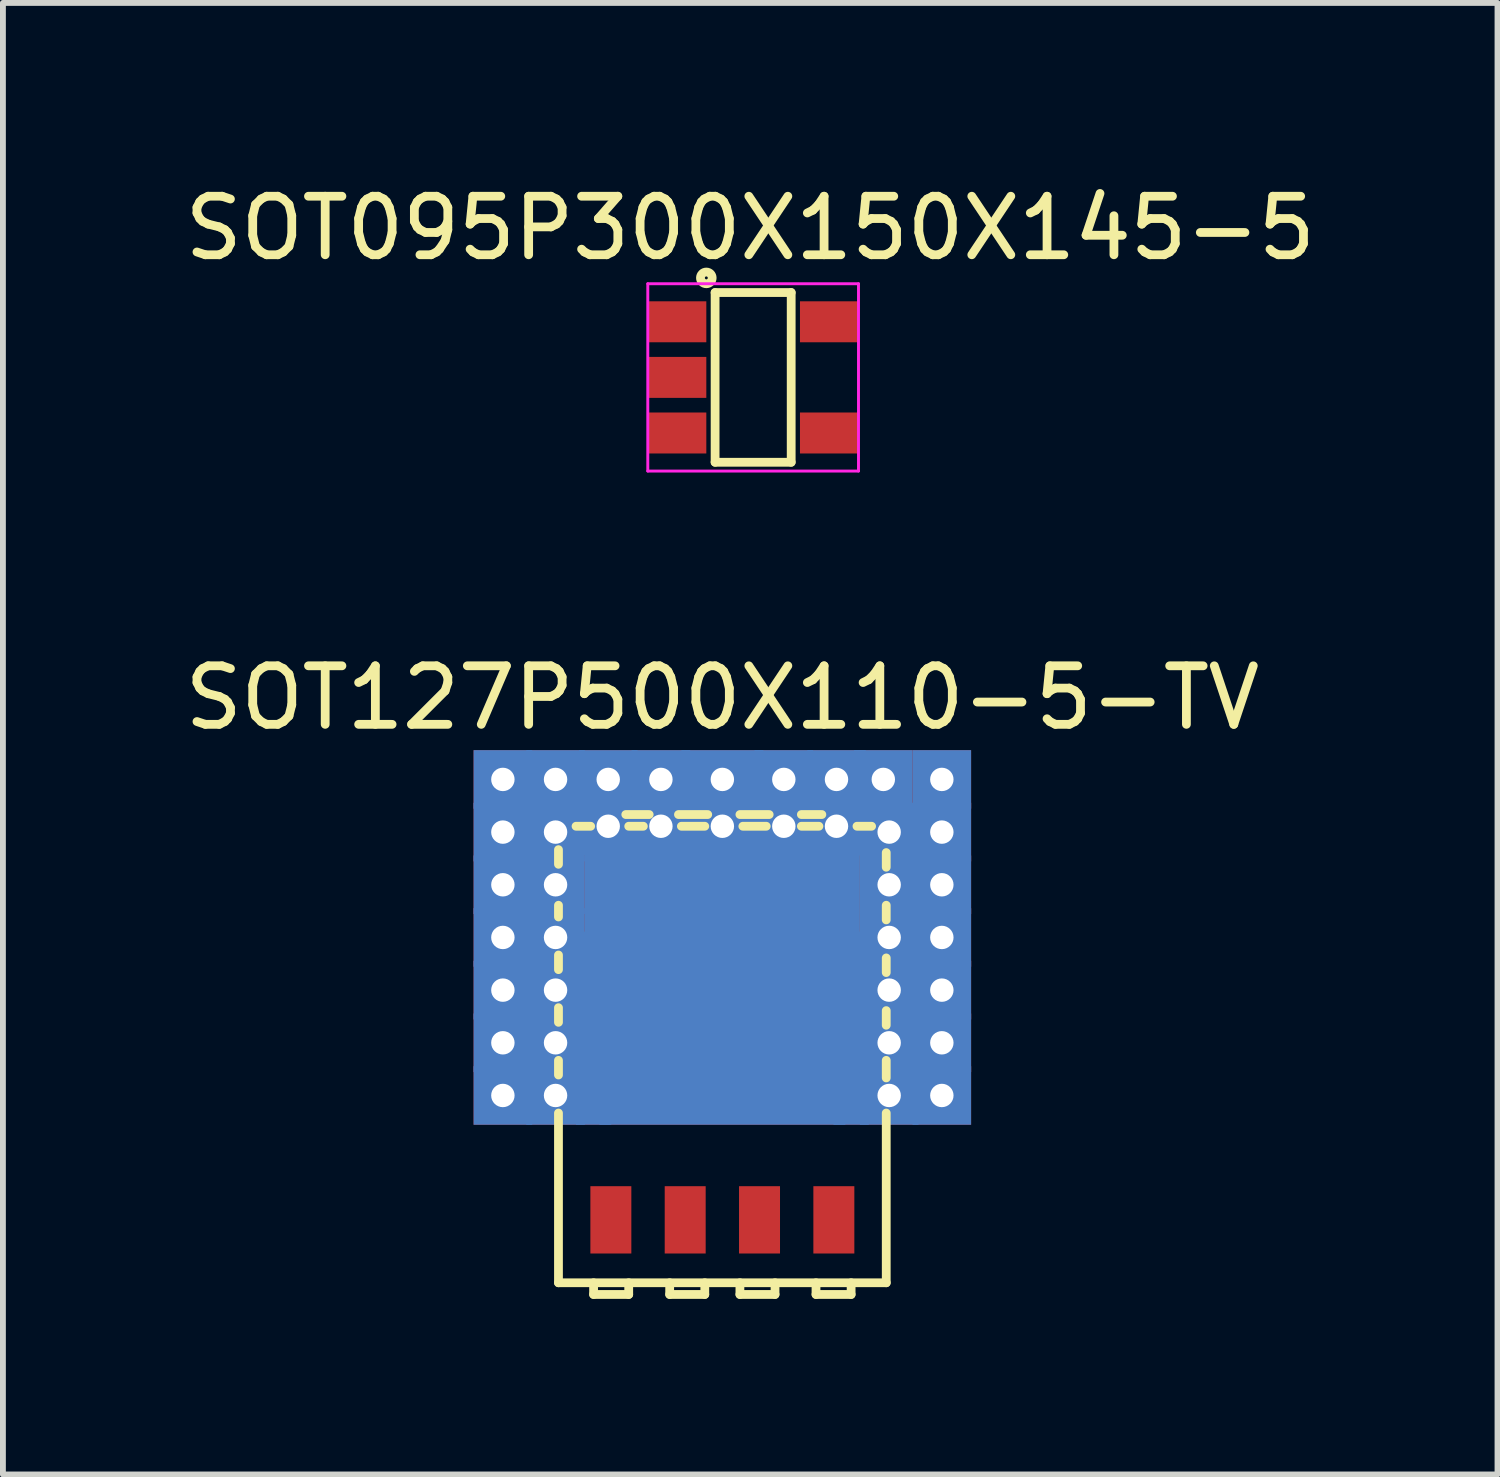
<source format=kicad_pcb>
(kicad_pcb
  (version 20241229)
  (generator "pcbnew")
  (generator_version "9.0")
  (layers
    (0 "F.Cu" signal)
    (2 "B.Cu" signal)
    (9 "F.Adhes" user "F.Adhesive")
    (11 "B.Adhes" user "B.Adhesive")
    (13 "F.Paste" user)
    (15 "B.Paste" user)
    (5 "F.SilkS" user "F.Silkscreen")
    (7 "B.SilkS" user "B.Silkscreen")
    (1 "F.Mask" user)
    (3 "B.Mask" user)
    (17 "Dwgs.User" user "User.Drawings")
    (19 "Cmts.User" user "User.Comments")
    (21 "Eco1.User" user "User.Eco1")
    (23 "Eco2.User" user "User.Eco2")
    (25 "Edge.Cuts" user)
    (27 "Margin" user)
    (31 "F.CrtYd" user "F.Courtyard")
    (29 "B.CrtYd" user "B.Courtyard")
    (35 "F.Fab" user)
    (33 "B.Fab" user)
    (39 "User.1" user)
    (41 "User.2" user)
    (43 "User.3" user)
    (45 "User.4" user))
  (footprint "SOT127P500X110-5-TV"
    (layer "F.Cu")
    (at 9.292 14.967)
    (property "Reference" "SOT127P500X110-5-TV" (at 0 -6.096 0) (layer "F.SilkS") (effects (font (size 1 1) (thickness 0.15))))
    (attr smd)
    (fp_line (start -2.8 -3.5) (end -2.8 -3.25) (stroke (width 0.15) (type solid)) (layer "F.SilkS"))
    (fp_line (start -2.8 -2.55) (end -2.8 -2.35) (stroke (width 0.15) (type solid)) (layer "F.SilkS"))
    (fp_line (start -2.8 -1.7) (end -2.8 -1.45) (stroke (width 0.15) (type solid)) (layer "F.SilkS"))
    (fp_line (start -2.8 -0.8) (end -2.8 -0.55) (stroke (width 0.15) (type solid)) (layer "F.SilkS"))
    (fp_line (start -2.8 0.1) (end -2.8 0.35) (stroke (width 0.15) (type solid)) (layer "F.SilkS"))
    (fp_line (start -2.8 1) (end -2.8 3.9) (stroke (width 0.15) (type solid)) (layer "F.SilkS"))
    (fp_line (start -2.25 -3.9) (end -2.5 -3.9) (stroke (width 0.15) (type solid)) (layer "F.SilkS"))
    (fp_line (start -2.2 3.9) (end -2.2 4.1) (stroke (width 0.15) (type solid)) (layer "F.SilkS"))
    (fp_line (start -2.2 4.1) (end -1.6 4.1) (stroke (width 0.15) (type solid)) (layer "F.SilkS"))
    (fp_line (start -1.6 4.1) (end -1.6 3.9) (stroke (width 0.15) (type solid)) (layer "F.SilkS"))
    (fp_line (start -1.35 -3.9) (end -1.6 -3.9) (stroke (width 0.15) (type solid)) (layer "F.SilkS"))
    (fp_line (start -1.25 -4.1) (end -1.65 -4.1) (stroke (width 0.15) (type solid)) (layer "F.SilkS"))
    (fp_line (start -0.9 3.9) (end -0.9 4.1) (stroke (width 0.15) (type solid)) (layer "F.SilkS"))
    (fp_line (start -0.9 4.1) (end -0.3 4.1) (stroke (width 0.15) (type solid)) (layer "F.SilkS"))
    (fp_line (start -0.3 -3.9) (end -0.7 -3.9) (stroke (width 0.15) (type solid)) (layer "F.SilkS"))
    (fp_line (start -0.3 4.1) (end -0.3 3.9) (stroke (width 0.15) (type solid)) (layer "F.SilkS"))
    (fp_line (start -0.25 -4.1) (end -0.75 -4.1) (stroke (width 0.15) (type solid)) (layer "F.SilkS"))
    (fp_line (start 0.3 3.9) (end 0.3 4.1) (stroke (width 0.15) (type solid)) (layer "F.SilkS"))
    (fp_line (start 0.3 4.1) (end 0.9 4.1) (stroke (width 0.15) (type solid)) (layer "F.SilkS"))
    (fp_line (start 0.75 -3.9) (end 0.35 -3.9) (stroke (width 0.15) (type solid)) (layer "F.SilkS"))
    (fp_line (start 0.8 -4.1) (end 0.3 -4.1) (stroke (width 0.15) (type solid)) (layer "F.SilkS"))
    (fp_line (start 0.9 4.1) (end 0.9 3.9) (stroke (width 0.15) (type solid)) (layer "F.SilkS"))
    (fp_line (start 1.6 3.9) (end 1.6 4.1) (stroke (width 0.15) (type solid)) (layer "F.SilkS"))
    (fp_line (start 1.6 4.1) (end 2.2 4.1) (stroke (width 0.15) (type solid)) (layer "F.SilkS"))
    (fp_line (start 1.65 -3.9) (end 1.35 -3.9) (stroke (width 0.15) (type solid)) (layer "F.SilkS"))
    (fp_line (start 1.7 -4.1) (end 1.35 -4.1) (stroke (width 0.15) (type solid)) (layer "F.SilkS"))
    (fp_line (start 2.2 4.1) (end 2.2 3.9) (stroke (width 0.15) (type solid)) (layer "F.SilkS"))
    (fp_line (start 2.55 -3.9) (end 2.3 -3.9) (stroke (width 0.15) (type solid)) (layer "F.SilkS"))
    (fp_line (start 2.8 -3.2) (end 2.8 -3.45) (stroke (width 0.15) (type solid)) (layer "F.SilkS"))
    (fp_line (start 2.8 -2.3) (end 2.8 -2.55) (stroke (width 0.15) (type solid)) (layer "F.SilkS"))
    (fp_line (start 2.8 -1.4) (end 2.8 -1.65) (stroke (width 0.15) (type solid)) (layer "F.SilkS"))
    (fp_line (start 2.8 -0.5) (end 2.8 -0.75) (stroke (width 0.15) (type solid)) (layer "F.SilkS"))
    (fp_line (start 2.8 0.4) (end 2.8 0.1) (stroke (width 0.15) (type solid)) (layer "F.SilkS"))
    (fp_line (start 2.8 3.9) (end -2.8 3.9) (stroke (width 0.15) (type solid)) (layer "F.SilkS"))
    (fp_line (start 2.8 3.9) (end 2.8 1) (stroke (width 0.15) (type solid)) (layer "F.SilkS"))
    (pad "" smd rect (at -1.875 -2.9) (size 0.6 0.9) (layers "F.Paste"))
    (pad "" smd rect (at -1.15 -1.05 90) (size 0.6 0.9) (layers "F.Paste"))
    (pad "" smd rect (at -1.15 -0.2 90) (size 0.6 0.9) (layers "F.Paste"))
    (pad "" smd rect (at -1.15 0.65 90) (size 0.6 0.9) (layers "F.Paste"))
    (pad "" smd rect (at -0.6 -2.9) (size 0.6 0.9) (layers "F.Paste"))
    (pad "" smd rect (at 0 -1.05 90) (size 0.6 0.9) (layers "F.Paste"))
    (pad "" smd rect (at 0 -0.2 90) (size 0.6 0.9) (layers "F.Paste"))
    (pad "" smd rect (at 0 0.65 90) (size 0.6 0.9) (layers "F.Paste"))
    (pad "" smd rect (at 0.6 -2.9) (size 0.6 0.9) (layers "F.Paste"))
    (pad "" smd rect (at 1.15 -1.05 90) (size 0.6 0.9) (layers "F.Paste"))
    (pad "" smd rect (at 1.15 -0.2 90) (size 0.6 0.9) (layers "F.Paste"))
    (pad "" smd rect (at 1.15 0.65 90) (size 0.6 0.9) (layers "F.Paste"))
    (pad "" smd rect (at 1.875 -2.9) (size 0.6 0.9) (layers "F.Paste"))
    (pad "1" smd rect (at -1.905 2.825) (size 0.7 1.15) (layers "F.Cu" "F.Mask" "F.Paste"))
    (pad "2" smd rect (at -0.635 2.825) (size 0.7 1.15) (layers "F.Cu" "F.Mask" "F.Paste"))
    (pad "3" smd rect (at 0.635 2.825) (size 0.7 1.15) (layers "F.Cu" "F.Mask" "F.Paste"))
    (pad "4" smd rect (at 1.905 2.825) (size 0.7 1.15) (layers "F.Cu" "F.Mask" "F.Paste"))
    (pad "5" thru_hole rect (at -3.75 -4.7) (size 1 1) (drill 0.4) (layers "*.Cu"))
    (pad "5" thru_hole rect (at -3.75 -3.8) (size 1 1) (drill 0.4) (layers "*.Cu"))
    (pad "5" thru_hole rect (at -3.75 -2.9) (size 1 1) (drill 0.4) (layers "*.Cu"))
    (pad "5" thru_hole rect (at -3.75 -2) (size 1 1) (drill 0.4) (layers "*.Cu"))
    (pad "5" thru_hole rect (at -3.75 -1.1) (size 1 1) (drill 0.4) (layers "*.Cu"))
    (pad "5" thru_hole rect (at -3.75 -0.2) (size 1 1) (drill 0.4) (layers "*.Cu"))
    (pad "5" thru_hole rect (at -3.75 0.7) (size 1 1) (drill 0.4) (layers "*.Cu"))
    (pad "5" thru_hole rect (at -2.85 -4.7) (size 1 1) (drill 0.4) (layers "*.Cu"))
    (pad "5" thru_hole rect (at -2.85 -3.8) (size 1 1) (drill 0.4) (layers "*.Cu"))
    (pad "5" thru_hole rect (at -2.85 -2.9) (size 1 1) (drill 0.4) (layers "*.Cu"))
    (pad "5" thru_hole rect (at -2.85 -2) (size 1 1) (drill 0.4) (layers "*.Cu"))
    (pad "5" thru_hole rect (at -2.85 -1.1) (size 1 1) (drill 0.4) (layers "*.Cu"))
    (pad "5" thru_hole rect (at -2.85 -0.2) (size 1 1) (drill 0.4) (layers "*.Cu"))
    (pad "5" thru_hole rect (at -2.85 0.7) (size 1 1) (drill 0.4) (layers "*.Cu"))
    (pad "5" smd rect (at -2.25 -1.75) (size 0.5 0.5) (layers "F.Cu"))
    (pad "5" smd rect (at -2.2 -0.45) (size 0.6 3.3) (layers "F.Cu"))
    (pad "5" smd rect (at -2.2 -0.45) (size 0.6 3.3) (layers "B.Cu"))
    (pad "5" thru_hole rect (at -1.95 -4.7) (size 1 1) (drill 0.4) (layers "*.Cu"))
    (pad "5" thru_hole rect (at -1.95 -3.9) (size 1 1) (drill 0.4) (layers "*.Cu"))
    (pad "5" thru_hole rect (at -1.05 -4.7) (size 1 1) (drill 0.4) (layers "*.Cu"))
    (pad "5" thru_hole rect (at -1.05 -3.9) (size 1 1) (drill 0.4) (layers "*.Cu"))
    (pad "5" thru_hole rect (at 0 -4.7) (size 1.4 1) (drill 0.4) (layers "*.Cu"))
    (pad "5" thru_hole rect (at 0 -3.9) (size 1.4 1) (drill 0.4) (layers "*.Cu"))
    (pad "5" smd rect (at 0 -2.65) (size 4.7 1.55) (layers "F.Cu" "F.Mask"))
    (pad "5" smd rect (at 0 -2.65) (size 4.7 1.55) (layers "F.Mask" "B.Cu"))
    (pad "5" smd rect (at 0 -0.45) (size 4.2 3.3) (layers "F.Cu" "F.Mask"))
    (pad "5" smd rect (at 0 -0.45) (size 4.2 3.3) (layers "F.Mask" "B.Cu"))
    (pad "5" thru_hole rect (at 1.05 -4.7) (size 1 1) (drill 0.4) (layers "*.Cu"))
    (pad "5" thru_hole rect (at 1.05 -3.9) (size 1 1) (drill 0.4) (layers "*.Cu"))
    (pad "5" thru_hole rect (at 1.95 -4.7) (size 1 1) (drill 0.4) (layers "*.Cu"))
    (pad "5" thru_hole rect (at 1.95 -3.9) (size 1 1) (drill 0.4) (layers "*.Cu"))
    (pad "5" smd rect (at 2.2 -0.45) (size 0.6 3.3) (layers "F.Cu"))
    (pad "5" smd rect (at 2.2 -0.45) (size 0.6 3.3) (layers "B.Cu"))
    (pad "5" smd rect (at 2.25 -1.75) (size 0.5 0.5) (layers "F.Cu"))
    (pad "5" thru_hole rect (at 2.75 -4.7) (size 1 1) (drill 0.4) (layers "*.Cu"))
    (pad "5" thru_hole rect (at 2.85 -3.8) (size 1 1) (drill 0.4) (layers "*.Cu"))
    (pad "5" thru_hole rect (at 2.85 -2.9) (size 1 1) (drill 0.4) (layers "*.Cu"))
    (pad "5" thru_hole rect (at 2.85 -2) (size 1 1) (drill 0.4) (layers "*.Cu"))
    (pad "5" thru_hole rect (at 2.85 -1.1) (size 1 1) (drill 0.4) (layers "*.Cu"))
    (pad "5" thru_hole rect (at 2.85 -0.2) (size 1 1) (drill 0.4) (layers "*.Cu"))
    (pad "5" thru_hole rect (at 2.85 0.7) (size 1 1) (drill 0.4) (layers "*.Cu"))
    (pad "5" thru_hole rect (at 3.75 -4.7) (size 1 1) (drill 0.4) (layers "*.Cu"))
    (pad "5" thru_hole rect (at 3.75 -3.8) (size 1 1) (drill 0.4) (layers "*.Cu"))
    (pad "5" thru_hole rect (at 3.75 -2.9) (size 1 1) (drill 0.4) (layers "*.Cu"))
    (pad "5" thru_hole rect (at 3.75 -2) (size 1 1) (drill 0.4) (layers "*.Cu"))
    (pad "5" thru_hole rect (at 3.75 -1.1) (size 1 1) (drill 0.4) (layers "*.Cu"))
    (pad "5" thru_hole rect (at 3.75 -0.2) (size 1 1) (drill 0.4) (layers "*.Cu"))
    (pad "5" thru_hole rect (at 3.75 0.7) (size 1 1) (drill 0.4) (layers "*.Cu")))
  (footprint "SOT095P300X150X145-5"
    (layer "F.Cu")
    (at 9.818 3.398)
    (property "Reference" "SOT095P300X150X145-5" (at -0.05 -2.55 0) (layer "F.SilkS") (effects (font (size 1 1) (thickness 0.15))))
    (attr smd)
    (fp_line (start -0.65 -1.45) (end -0.65 1.45) (stroke (width 0.15) (type solid)) (layer "F.SilkS"))
    (fp_line (start -0.65 1.45) (end 0.65 1.45) (stroke (width 0.15) (type solid)) (layer "F.SilkS"))
    (fp_line (start 0.65 -1.45) (end -0.65 -1.45) (stroke (width 0.15) (type solid)) (layer "F.SilkS"))
    (fp_line (start 0.65 1.45) (end 0.65 -1.45) (stroke (width 0.15) (type solid)) (layer "F.SilkS"))
    (fp_circle (center -0.8 -1.7) (end -0.7 -1.7) (stroke (width 0.15) (type solid)) (fill no) (layer "F.SilkS"))
    (fp_line (start -1.8 -1.6) (end 1.8 -1.6) (stroke (width 0.05) (type solid)) (layer "F.CrtYd"))
    (fp_line (start -1.8 1.6) (end -1.8 -1.6) (stroke (width 0.05) (type solid)) (layer "F.CrtYd"))
    (fp_line (start 1.8 -1.6) (end 1.8 1.6) (stroke (width 0.05) (type solid)) (layer "F.CrtYd"))
    (fp_line (start 1.8 1.6) (end -1.8 1.6) (stroke (width 0.05) (type solid)) (layer "F.CrtYd"))
    (pad "1" smd rect (at -1.3 -0.95) (size 1 0.7) (layers "F.Cu" "F.Mask" "F.Paste"))
    (pad "2" smd rect (at -1.3 0) (size 1 0.7) (layers "F.Cu" "F.Mask" "F.Paste"))
    (pad "3" smd rect (at -1.3 0.95) (size 1 0.7) (layers "F.Cu" "F.Mask" "F.Paste"))
    (pad "4" smd rect (at 1.3 0.95) (size 1 0.7) (layers "F.Cu" "F.Mask" "F.Paste"))
    (pad "5" smd rect (at 1.3 -0.95) (size 1 0.7) (layers "F.Cu" "F.Mask" "F.Paste")))
  (gr_rect
    (start -3 -3)
    (end 22.536 22.142)
    (stroke (width 0.1) (type default))
    (fill no)
    (layer "Edge.Cuts")))
</source>
